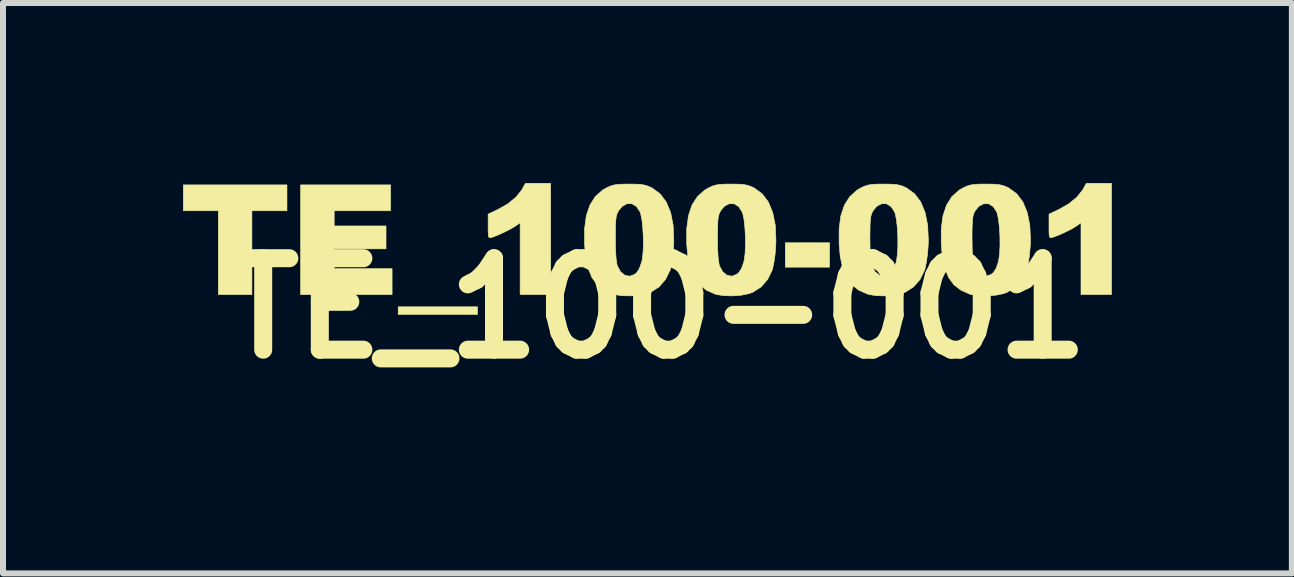
<source format=kicad_pcb>
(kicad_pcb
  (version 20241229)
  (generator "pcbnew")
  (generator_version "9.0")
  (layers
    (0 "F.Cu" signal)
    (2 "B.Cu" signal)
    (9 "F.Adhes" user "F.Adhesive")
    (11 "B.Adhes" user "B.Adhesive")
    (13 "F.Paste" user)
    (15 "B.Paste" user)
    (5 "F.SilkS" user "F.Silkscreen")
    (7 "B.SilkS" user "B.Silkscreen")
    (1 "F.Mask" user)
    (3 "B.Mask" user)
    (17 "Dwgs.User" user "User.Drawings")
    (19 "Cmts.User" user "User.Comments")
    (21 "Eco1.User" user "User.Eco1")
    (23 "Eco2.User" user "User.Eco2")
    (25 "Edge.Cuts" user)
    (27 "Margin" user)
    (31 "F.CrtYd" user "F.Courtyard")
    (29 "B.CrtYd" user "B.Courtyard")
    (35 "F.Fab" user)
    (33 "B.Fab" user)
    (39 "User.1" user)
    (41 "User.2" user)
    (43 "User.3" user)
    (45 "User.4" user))
  (footprint "TE_100-001"
    (layer "F.Cu")
    (at 7.904 2.088)
    (property "Reference" "TE_100-001" (at 0 0 0) (layer "F.SilkS") (effects (font (size 1.524 1.524) (thickness 0.3))))
    (attr through_hole)
    (fp_poly (pts (xy -2.997 0.102) (xy -4.318 0.102) (xy -4.318 -0.025) (xy -2.997 -0.025) (xy -2.997 0.102)) (stroke (width 0.01) (type solid)) (fill yes) (layer "F.SilkS"))
    (fp_poly (pts (xy 2.87 -0.686) (xy 2.134 -0.686) (xy 2.134 -1.092) (xy 2.87 -1.092) (xy 2.87 -0.686)) (stroke (width 0.01) (type solid)) (fill yes) (layer "F.SilkS"))
    (fp_poly (pts (xy -6.172 -1.626) (xy -6.756 -1.626) (xy -6.756 -0.229) (xy -7.315 -0.229) (xy -7.315 -1.626) (xy -7.899 -1.626) (xy -7.899 -2.057) (xy -6.172 -2.057) (xy -6.172 -1.626)) (stroke (width 0.01) (type solid)) (fill yes) (layer "F.SilkS"))
    (fp_poly (pts (xy -4.445 -1.626) (xy -5.385 -1.626) (xy -5.385 -1.372) (xy -4.521 -1.372) (xy -4.521 -0.991) (xy -5.385 -0.991) (xy -5.385 -0.66) (xy -4.42 -0.66) (xy -4.42 -0.229) (xy -5.944 -0.229) (xy -5.944 -2.057) (xy -4.445 -2.057) (xy -4.445 -1.626)) (stroke (width 0.01) (type solid)) (fill yes) (layer "F.SilkS"))
    (fp_poly (pts (xy -1.778 -0.229) (xy -2.286 -0.229) (xy -2.286 -1.426) (xy -2.361 -1.373) (xy -2.436 -1.327) (xy -2.538 -1.275) (xy -2.646 -1.225) (xy -2.741 -1.188) (xy -2.762 -1.182) (xy -2.791 -1.176) (xy -2.808 -1.185) (xy -2.816 -1.218) (xy -2.819 -1.285) (xy -2.819 -1.367) (xy -2.819 -1.57) (xy -2.658 -1.646) (xy -2.492 -1.74) (xy -2.355 -1.852) (xy -2.258 -1.973) (xy -2.247 -1.993) (xy -2.198 -2.083) (xy -1.778 -2.083) (xy -1.778 -0.229)) (stroke (width 0.01) (type solid)) (fill yes) (layer "F.SilkS"))
    (fp_poly (pts (xy 7.569 -0.229) (xy 7.061 -0.229) (xy 7.061 -1.426) (xy 6.986 -1.373) (xy 6.912 -1.327) (xy 6.81 -1.275) (xy 6.701 -1.225) (xy 6.606 -1.188) (xy 6.585 -1.182) (xy 6.557 -1.176) (xy 6.54 -1.185) (xy 6.531 -1.218) (xy 6.528 -1.285) (xy 6.528 -1.367) (xy 6.528 -1.57) (xy 6.69 -1.646) (xy 6.855 -1.74) (xy 6.992 -1.852) (xy 7.089 -1.973) (xy 7.1 -1.993) (xy 7.149 -2.083) (xy 7.569 -2.083) (xy 7.569 -0.229)) (stroke (width 0.01) (type solid)) (fill yes) (layer "F.SilkS"))
    (fp_poly (pts (xy -0.346 -2.069) (xy -0.257 -2.062) (xy -0.189 -2.048) (xy -0.126 -2.024) (xy -0.088 -2.006) (xy 0.045 -1.909) (xy 0.148 -1.773) (xy 0.222 -1.597) (xy 0.264 -1.383) (xy 0.275 -1.132) (xy 0.272 -1.044) (xy 0.261 -0.902) (xy 0.243 -0.768) (xy 0.22 -0.661) (xy 0.213 -0.636) (xy 0.137 -0.481) (xy 0.028 -0.356) (xy -0.109 -0.269) (xy -0.176 -0.244) (xy -0.305 -0.218) (xy -0.453 -0.207) (xy -0.597 -0.211) (xy -0.718 -0.231) (xy -0.737 -0.237) (xy -0.884 -0.302) (xy -1 -0.392) (xy -1.089 -0.512) (xy -1.152 -0.667) (xy -1.193 -0.86) (xy -1.212 -1.069) (xy -1.212 -1.168) (xy -0.699 -1.168) (xy -0.696 -0.977) (xy -0.687 -0.831) (xy -0.672 -0.731) (xy -0.665 -0.705) (xy -0.612 -0.609) (xy -0.541 -0.551) (xy -0.46 -0.535) (xy -0.379 -0.565) (xy -0.344 -0.593) (xy -0.298 -0.664) (xy -0.261 -0.77) (xy -0.253 -0.803) (xy -0.239 -0.912) (xy -0.232 -1.048) (xy -0.234 -1.196) (xy -0.242 -1.343) (xy -0.256 -1.474) (xy -0.277 -1.575) (xy -0.287 -1.606) (xy -0.346 -1.696) (xy -0.422 -1.742) (xy -0.505 -1.743) (xy -0.585 -1.7) (xy -0.646 -1.625) (xy -0.667 -1.585) (xy -0.682 -1.539) (xy -0.691 -1.478) (xy -0.696 -1.393) (xy -0.698 -1.274) (xy -0.699 -1.168) (xy -1.212 -1.168) (xy -1.212 -1.326) (xy -1.183 -1.542) (xy -1.123 -1.72) (xy -1.033 -1.862) (xy -0.912 -1.97) (xy -0.851 -2.005) (xy -0.785 -2.036) (xy -0.723 -2.055) (xy -0.648 -2.066) (xy -0.547 -2.07) (xy -0.47 -2.07) (xy -0.346 -2.069)) (stroke (width 0.01) (type solid)) (fill yes) (layer "F.SilkS"))
    (fp_poly (pts (xy 1.356 -2.069) (xy 1.445 -2.062) (xy 1.513 -2.048) (xy 1.575 -2.024) (xy 1.613 -2.006) (xy 1.747 -1.909) (xy 1.85 -1.773) (xy 1.923 -1.597) (xy 1.966 -1.383) (xy 1.977 -1.132) (xy 1.974 -1.044) (xy 1.963 -0.902) (xy 1.944 -0.768) (xy 1.922 -0.661) (xy 1.914 -0.636) (xy 1.839 -0.481) (xy 1.729 -0.356) (xy 1.593 -0.269) (xy 1.526 -0.244) (xy 1.396 -0.218) (xy 1.249 -0.207) (xy 1.105 -0.211) (xy 0.984 -0.231) (xy 0.965 -0.237) (xy 0.818 -0.302) (xy 0.701 -0.392) (xy 0.613 -0.512) (xy 0.55 -0.667) (xy 0.509 -0.86) (xy 0.49 -1.069) (xy 0.49 -1.168) (xy 1.003 -1.168) (xy 1.006 -0.977) (xy 1.015 -0.831) (xy 1.03 -0.731) (xy 1.037 -0.705) (xy 1.09 -0.609) (xy 1.161 -0.551) (xy 1.242 -0.535) (xy 1.323 -0.565) (xy 1.357 -0.593) (xy 1.404 -0.664) (xy 1.441 -0.77) (xy 1.448 -0.803) (xy 1.463 -0.912) (xy 1.469 -1.048) (xy 1.468 -1.196) (xy 1.46 -1.343) (xy 1.446 -1.474) (xy 1.425 -1.575) (xy 1.414 -1.606) (xy 1.356 -1.696) (xy 1.28 -1.742) (xy 1.197 -1.743) (xy 1.116 -1.7) (xy 1.055 -1.625) (xy 1.035 -1.585) (xy 1.02 -1.539) (xy 1.011 -1.478) (xy 1.006 -1.393) (xy 1.004 -1.274) (xy 1.003 -1.168) (xy 0.49 -1.168) (xy 0.49 -1.326) (xy 0.519 -1.542) (xy 0.578 -1.72) (xy 0.669 -1.862) (xy 0.79 -1.97) (xy 0.85 -2.005) (xy 0.916 -2.036) (xy 0.979 -2.055) (xy 1.054 -2.066) (xy 1.155 -2.07) (xy 1.232 -2.07) (xy 1.356 -2.069)) (stroke (width 0.01) (type solid)) (fill yes) (layer "F.SilkS"))
    (fp_poly (pts (xy 3.896 -2.069) (xy 3.985 -2.062) (xy 4.053 -2.048) (xy 4.115 -2.024) (xy 4.153 -2.006) (xy 4.287 -1.909) (xy 4.39 -1.773) (xy 4.463 -1.597) (xy 4.506 -1.383) (xy 4.517 -1.132) (xy 4.514 -1.044) (xy 4.503 -0.902) (xy 4.484 -0.768) (xy 4.462 -0.661) (xy 4.454 -0.636) (xy 4.379 -0.481) (xy 4.269 -0.356) (xy 4.133 -0.269) (xy 4.066 -0.244) (xy 3.936 -0.218) (xy 3.789 -0.207) (xy 3.645 -0.211) (xy 3.524 -0.231) (xy 3.505 -0.237) (xy 3.358 -0.302) (xy 3.241 -0.392) (xy 3.153 -0.512) (xy 3.09 -0.667) (xy 3.049 -0.86) (xy 3.03 -1.069) (xy 3.03 -1.168) (xy 3.543 -1.168) (xy 3.546 -0.977) (xy 3.555 -0.831) (xy 3.57 -0.731) (xy 3.577 -0.705) (xy 3.63 -0.609) (xy 3.701 -0.551) (xy 3.782 -0.535) (xy 3.863 -0.565) (xy 3.897 -0.593) (xy 3.944 -0.664) (xy 3.981 -0.77) (xy 3.988 -0.803) (xy 4.003 -0.912) (xy 4.009 -1.048) (xy 4.008 -1.196) (xy 4 -1.343) (xy 3.986 -1.474) (xy 3.965 -1.575) (xy 3.954 -1.606) (xy 3.896 -1.696) (xy 3.82 -1.742) (xy 3.737 -1.743) (xy 3.656 -1.7) (xy 3.595 -1.625) (xy 3.575 -1.585) (xy 3.56 -1.539) (xy 3.551 -1.478) (xy 3.546 -1.393) (xy 3.544 -1.274) (xy 3.543 -1.168) (xy 3.03 -1.168) (xy 3.03 -1.326) (xy 3.059 -1.542) (xy 3.118 -1.72) (xy 3.209 -1.862) (xy 3.33 -1.97) (xy 3.39 -2.005) (xy 3.456 -2.036) (xy 3.519 -2.055) (xy 3.594 -2.066) (xy 3.695 -2.07) (xy 3.772 -2.07) (xy 3.896 -2.069)) (stroke (width 0.01) (type solid)) (fill yes) (layer "F.SilkS"))
    (fp_poly (pts (xy 5.598 -2.069) (xy 5.686 -2.062) (xy 5.754 -2.048) (xy 5.817 -2.024) (xy 5.855 -2.006) (xy 5.989 -1.909) (xy 6.092 -1.773) (xy 6.165 -1.597) (xy 6.208 -1.383) (xy 6.219 -1.132) (xy 6.216 -1.044) (xy 6.204 -0.902) (xy 6.186 -0.768) (xy 6.164 -0.661) (xy 6.156 -0.636) (xy 6.081 -0.481) (xy 5.971 -0.356) (xy 5.834 -0.269) (xy 5.768 -0.244) (xy 5.638 -0.218) (xy 5.491 -0.207) (xy 5.347 -0.211) (xy 5.226 -0.231) (xy 5.206 -0.237) (xy 5.06 -0.302) (xy 4.943 -0.392) (xy 4.855 -0.512) (xy 4.792 -0.667) (xy 4.751 -0.86) (xy 4.732 -1.069) (xy 4.732 -1.168) (xy 5.245 -1.168) (xy 5.248 -0.977) (xy 5.257 -0.831) (xy 5.271 -0.731) (xy 5.279 -0.705) (xy 5.332 -0.609) (xy 5.403 -0.551) (xy 5.483 -0.535) (xy 5.565 -0.565) (xy 5.599 -0.593) (xy 5.646 -0.664) (xy 5.683 -0.77) (xy 5.69 -0.803) (xy 5.705 -0.912) (xy 5.711 -1.048) (xy 5.71 -1.196) (xy 5.702 -1.343) (xy 5.687 -1.474) (xy 5.667 -1.575) (xy 5.656 -1.606) (xy 5.598 -1.696) (xy 5.522 -1.742) (xy 5.439 -1.743) (xy 5.358 -1.7) (xy 5.297 -1.625) (xy 5.276 -1.585) (xy 5.262 -1.539) (xy 5.253 -1.478) (xy 5.248 -1.393) (xy 5.245 -1.274) (xy 5.245 -1.168) (xy 4.732 -1.168) (xy 4.732 -1.326) (xy 4.761 -1.542) (xy 4.82 -1.72) (xy 4.91 -1.862) (xy 5.032 -1.97) (xy 5.092 -2.005) (xy 5.158 -2.036) (xy 5.221 -2.055) (xy 5.295 -2.066) (xy 5.397 -2.07) (xy 5.474 -2.07) (xy 5.598 -2.069)) (stroke (width 0.01) (type solid)) (fill yes) (layer "F.SilkS")))
  (gr_rect
    (start -3 -3)
    (end 18.479 6.506)
    (stroke (width 0.1) (type default))
    (fill no)
    (layer "Edge.Cuts")))
</source>
